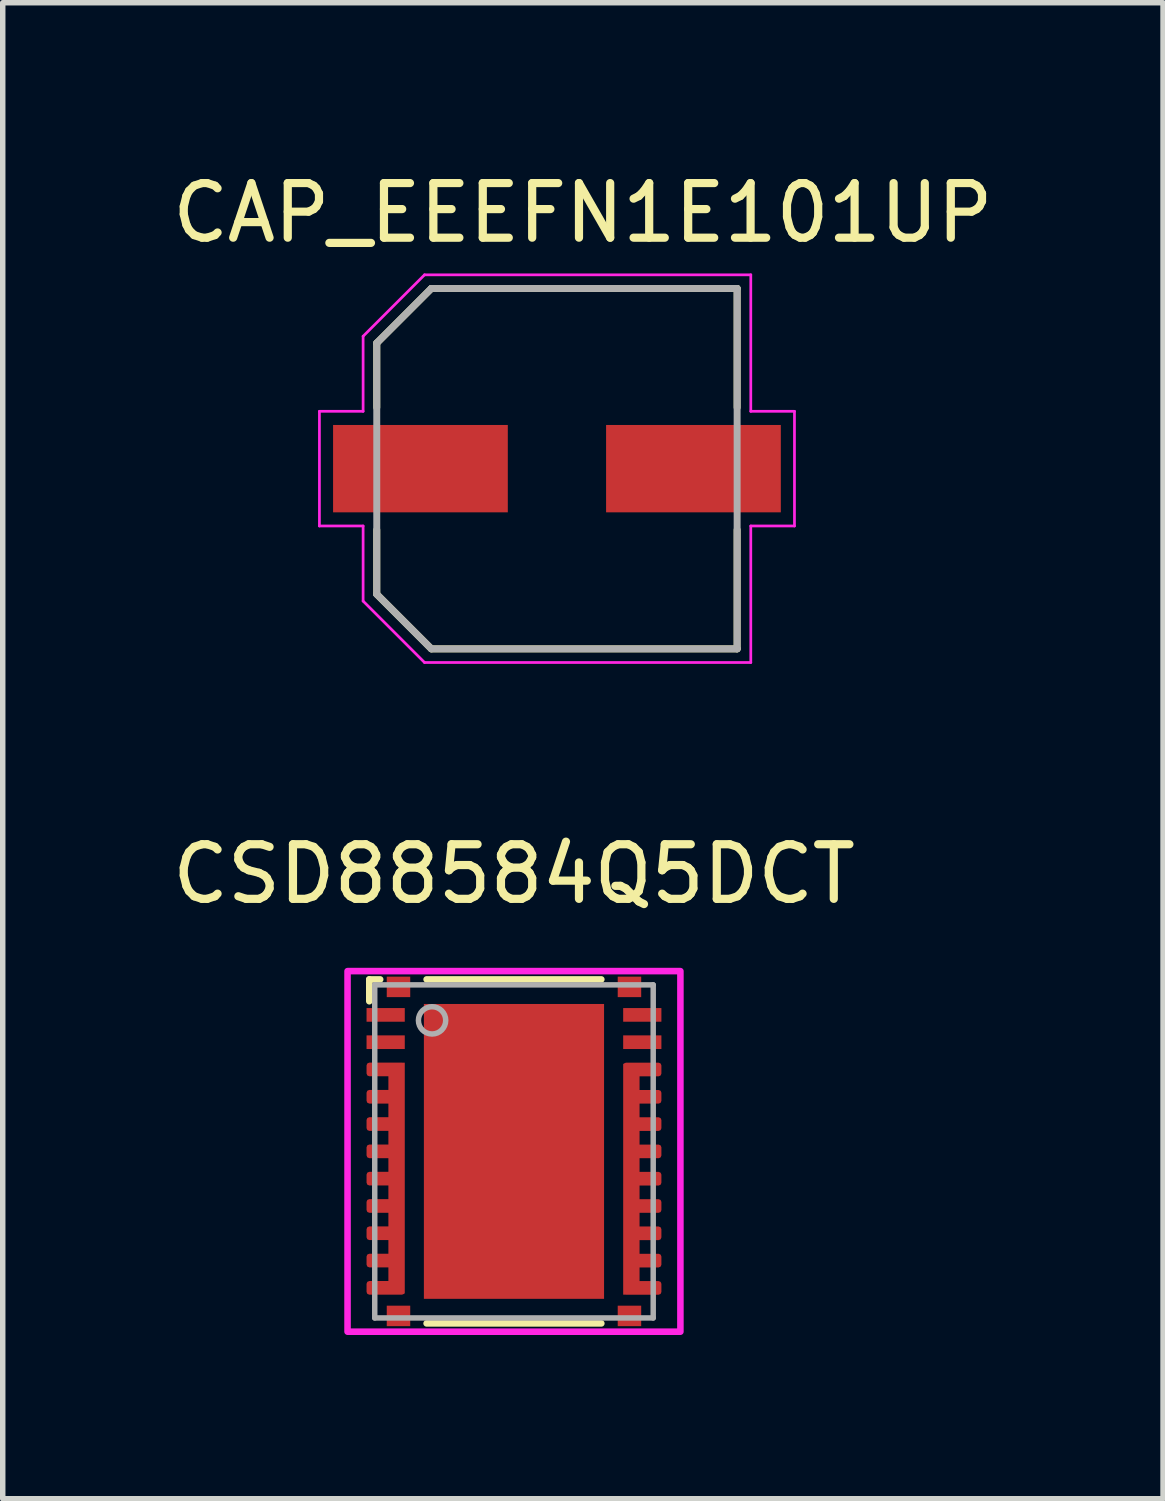
<source format=kicad_pcb>
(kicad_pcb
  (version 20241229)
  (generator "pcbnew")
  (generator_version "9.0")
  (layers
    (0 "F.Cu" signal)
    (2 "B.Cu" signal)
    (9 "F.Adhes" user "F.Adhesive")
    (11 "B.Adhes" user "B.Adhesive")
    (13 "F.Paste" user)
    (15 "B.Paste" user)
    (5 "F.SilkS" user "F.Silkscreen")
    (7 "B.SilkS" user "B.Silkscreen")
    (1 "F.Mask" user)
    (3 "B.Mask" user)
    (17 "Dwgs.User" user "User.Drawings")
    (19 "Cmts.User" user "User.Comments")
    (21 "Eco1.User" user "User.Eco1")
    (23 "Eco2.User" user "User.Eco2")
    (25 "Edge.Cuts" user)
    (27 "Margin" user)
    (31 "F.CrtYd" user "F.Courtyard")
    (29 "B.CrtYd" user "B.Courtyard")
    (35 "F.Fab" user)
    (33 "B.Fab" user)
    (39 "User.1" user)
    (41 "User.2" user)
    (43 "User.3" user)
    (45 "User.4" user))
  (footprint "CAP_EEEFN1E101UP"
    (layer "F.Cu")
    (at 7.15 5.533)
    (property "Reference" "CAP_EEEFN1E101UP" (at 0.475 -4.685 0) (layer "F.SilkS") (effects (font (size 1 1) (thickness 0.15))))
    (attr through_hole)
    (fp_line (start -3.3 -2.3) (end -3.3 -1.12) (stroke (width 0.127) (type solid)) (layer "F.SilkS"))
    (fp_line (start -3.3 1.12) (end -3.3 2.3) (stroke (width 0.127) (type solid)) (layer "F.SilkS"))
    (fp_line (start -3.3 2.3) (end -2.3 3.3) (stroke (width 0.127) (type solid)) (layer "F.SilkS"))
    (fp_line (start -2.3 -3.3) (end -3.3 -2.3) (stroke (width 0.127) (type solid)) (layer "F.SilkS"))
    (fp_line (start -2.3 3.3) (end 3.3 3.3) (stroke (width 0.127) (type solid)) (layer "F.SilkS"))
    (fp_line (start 3.3 -3.3) (end -2.3 -3.3) (stroke (width 0.127) (type solid)) (layer "F.SilkS"))
    (fp_line (start 3.3 -1.12) (end 3.3 -3.3) (stroke (width 0.127) (type solid)) (layer "F.SilkS"))
    (fp_line (start 3.3 3.3) (end 3.3 1.12) (stroke (width 0.127) (type solid)) (layer "F.SilkS"))
    (fp_line (start -4.35 -1.05) (end -3.55 -1.05) (stroke (width 0.05) (type solid)) (layer "F.CrtYd"))
    (fp_line (start -4.35 1.05) (end -4.35 -1.05) (stroke (width 0.05) (type solid)) (layer "F.CrtYd"))
    (fp_line (start -3.55 -2.425) (end -2.425 -3.55) (stroke (width 0.05) (type solid)) (layer "F.CrtYd"))
    (fp_line (start -3.55 -1.05) (end -3.55 -2.425) (stroke (width 0.05) (type solid)) (layer "F.CrtYd"))
    (fp_line (start -3.55 1.05) (end -4.35 1.05) (stroke (width 0.05) (type solid)) (layer "F.CrtYd"))
    (fp_line (start -3.55 2.425) (end -3.55 1.05) (stroke (width 0.05) (type solid)) (layer "F.CrtYd"))
    (fp_line (start -2.425 -3.55) (end 3.55 -3.55) (stroke (width 0.05) (type solid)) (layer "F.CrtYd"))
    (fp_line (start -2.425 3.55) (end -3.55 2.425) (stroke (width 0.05) (type solid)) (layer "F.CrtYd"))
    (fp_line (start 3.55 -3.55) (end 3.55 -1.05) (stroke (width 0.05) (type solid)) (layer "F.CrtYd"))
    (fp_line (start 3.55 -1.05) (end 4.35 -1.05) (stroke (width 0.05) (type solid)) (layer "F.CrtYd"))
    (fp_line (start 3.55 1.05) (end 3.55 3.55) (stroke (width 0.05) (type solid)) (layer "F.CrtYd"))
    (fp_line (start 3.55 3.55) (end -2.425 3.55) (stroke (width 0.05) (type solid)) (layer "F.CrtYd"))
    (fp_line (start 4.35 -1.05) (end 4.35 1.05) (stroke (width 0.05) (type solid)) (layer "F.CrtYd"))
    (fp_line (start 4.35 1.05) (end 3.55 1.05) (stroke (width 0.05) (type solid)) (layer "F.CrtYd"))
    (fp_line (start -3.3 -2.3) (end -3.3 2.3) (stroke (width 0.127) (type solid)) (layer "F.Fab"))
    (fp_line (start -3.3 2.3) (end -2.3 3.3) (stroke (width 0.127) (type solid)) (layer "F.Fab"))
    (fp_line (start -2.3 -3.3) (end -3.3 -2.3) (stroke (width 0.127) (type solid)) (layer "F.Fab"))
    (fp_line (start -2.3 3.3) (end 3.3 3.3) (stroke (width 0.127) (type solid)) (layer "F.Fab"))
    (fp_line (start 3.3 -3.3) (end -2.3 -3.3) (stroke (width 0.127) (type solid)) (layer "F.Fab"))
    (fp_line (start 3.3 3.3) (end 3.3 -3.3) (stroke (width 0.127) (type solid)) (layer "F.Fab"))
    (pad "1" smd rect (at -2.5 0) (size 3.2 1.6) (layers "F.Cu" "F.Mask" "F.Paste"))
    (pad "2" smd rect (at 2.5 0) (size 3.2 1.6) (layers "F.Cu" "F.Mask" "F.Paste")))
  (footprint "CSD88584Q5DCT"
    (layer "F.Cu")
    (at 6.363 18.037)
    (property "Reference" "CSD88584Q5DCT" (at 0 -5.08 0) (layer "F.SilkS") (effects (font (size 1 1) (thickness 0.15))))
    (attr through_hole)
    (fp_line (start -2.65 -3.15) (end -2.45 -3.15) (stroke (width 0.12) (type solid)) (layer "F.SilkS"))
    (fp_line (start -2.65 -2.75) (end -2.65 -3.15) (stroke (width 0.12) (type solid)) (layer "F.SilkS"))
    (fp_line (start -1.6 -3.15) (end 1.6 -3.15) (stroke (width 0.12) (type solid)) (layer "F.SilkS"))
    (fp_line (start -1.6 3.15) (end 1.6 3.15) (stroke (width 0.12) (type solid)) (layer "F.SilkS"))
    (fp_poly (pts (xy -1.51 -1.47) (xy -1.51 -2.49) (xy -1.509 -2.499) (xy -1.506 -2.509) (xy -1.502 -2.518) (xy -1.495 -2.525) (xy -1.488 -2.532) (xy -1.479 -2.536) (xy -1.469 -2.539) (xy -1.46 -2.54) (xy -0.15 -2.54) (xy -0.141 -2.539) (xy -0.131 -2.536) (xy -0.122 -2.532) (xy -0.115 -2.525) (xy -0.108 -2.518) (xy -0.104 -2.509) (xy -0.101 -2.499) (xy -0.1 -2.49) (xy -0.1 -1.47) (xy -0.101 -1.461) (xy -0.104 -1.451) (xy -0.108 -1.442) (xy -0.115 -1.435) (xy -0.122 -1.428) (xy -0.131 -1.424) (xy -0.141 -1.421) (xy -0.15 -1.42) (xy -1.46 -1.42) (xy -1.469 -1.421) (xy -1.479 -1.424) (xy -1.488 -1.428) (xy -1.495 -1.435) (xy -1.502 -1.442) (xy -1.506 -1.451) (xy -1.509 -1.461)) (stroke (width 0.1) (type solid)) (fill yes) (layer "F.Paste"))
    (fp_poly (pts (xy -1.51 -0.15) (xy -1.51 -1.17) (xy -1.509 -1.179) (xy -1.506 -1.189) (xy -1.502 -1.198) (xy -1.495 -1.205) (xy -1.488 -1.212) (xy -1.479 -1.216) (xy -1.469 -1.219) (xy -1.46 -1.22) (xy -0.15 -1.22) (xy -0.141 -1.219) (xy -0.131 -1.216) (xy -0.122 -1.212) (xy -0.115 -1.205) (xy -0.108 -1.198) (xy -0.104 -1.189) (xy -0.101 -1.179) (xy -0.1 -1.17) (xy -0.1 -0.15) (xy -0.101 -0.141) (xy -0.104 -0.131) (xy -0.108 -0.122) (xy -0.115 -0.115) (xy -0.122 -0.108) (xy -0.131 -0.104) (xy -0.141 -0.101) (xy -0.15 -0.1) (xy -1.46 -0.1) (xy -1.469 -0.101) (xy -1.479 -0.104) (xy -1.488 -0.108) (xy -1.495 -0.115) (xy -1.502 -0.122) (xy -1.506 -0.131) (xy -1.509 -0.141)) (stroke (width 0.1) (type solid)) (fill yes) (layer "F.Paste"))
    (fp_poly (pts (xy -1.51 1.17) (xy -1.51 0.15) (xy -1.509 0.141) (xy -1.506 0.131) (xy -1.502 0.122) (xy -1.495 0.115) (xy -1.488 0.108) (xy -1.479 0.104) (xy -1.469 0.101) (xy -1.46 0.1) (xy -0.15 0.1) (xy -0.141 0.101) (xy -0.131 0.104) (xy -0.122 0.108) (xy -0.115 0.115) (xy -0.108 0.122) (xy -0.104 0.131) (xy -0.101 0.141) (xy -0.1 0.15) (xy -0.1 1.17) (xy -0.101 1.179) (xy -0.104 1.189) (xy -0.108 1.198) (xy -0.115 1.205) (xy -0.122 1.212) (xy -0.131 1.216) (xy -0.141 1.219) (xy -0.15 1.22) (xy -1.46 1.22) (xy -1.469 1.219) (xy -1.479 1.216) (xy -1.488 1.212) (xy -1.495 1.205) (xy -1.502 1.198) (xy -1.506 1.189) (xy -1.509 1.179)) (stroke (width 0.1) (type solid)) (fill yes) (layer "F.Paste"))
    (fp_poly (pts (xy -1.51 2.49) (xy -1.51 1.47) (xy -1.509 1.461) (xy -1.506 1.451) (xy -1.502 1.442) (xy -1.495 1.435) (xy -1.488 1.428) (xy -1.479 1.424) (xy -1.469 1.421) (xy -1.46 1.42) (xy -0.15 1.42) (xy -0.141 1.421) (xy -0.131 1.424) (xy -0.122 1.428) (xy -0.115 1.435) (xy -0.108 1.442) (xy -0.104 1.451) (xy -0.101 1.461) (xy -0.1 1.47) (xy -0.1 2.49) (xy -0.101 2.499) (xy -0.104 2.509) (xy -0.108 2.518) (xy -0.115 2.525) (xy -0.122 2.532) (xy -0.131 2.536) (xy -0.141 2.539) (xy -0.15 2.54) (xy -1.46 2.54) (xy -1.469 2.539) (xy -1.479 2.536) (xy -1.488 2.532) (xy -1.495 2.525) (xy -1.502 2.518) (xy -1.506 2.509) (xy -1.509 2.499)) (stroke (width 0.1) (type solid)) (fill yes) (layer "F.Paste"))
    (fp_poly (pts (xy 0.1 -1.47) (xy 0.1 -2.49) (xy 0.101 -2.499) (xy 0.104 -2.509) (xy 0.108 -2.518) (xy 0.115 -2.525) (xy 0.122 -2.532) (xy 0.131 -2.536) (xy 0.141 -2.539) (xy 0.15 -2.54) (xy 1.46 -2.54) (xy 1.469 -2.539) (xy 1.479 -2.536) (xy 1.488 -2.532) (xy 1.495 -2.525) (xy 1.502 -2.518) (xy 1.506 -2.509) (xy 1.509 -2.499) (xy 1.51 -2.49) (xy 1.51 -1.47) (xy 1.509 -1.461) (xy 1.506 -1.451) (xy 1.502 -1.442) (xy 1.495 -1.435) (xy 1.488 -1.428) (xy 1.479 -1.424) (xy 1.469 -1.421) (xy 1.46 -1.42) (xy 0.15 -1.42) (xy 0.141 -1.421) (xy 0.131 -1.424) (xy 0.122 -1.428) (xy 0.115 -1.435) (xy 0.108 -1.442) (xy 0.104 -1.451) (xy 0.101 -1.461)) (stroke (width 0.1) (type solid)) (fill yes) (layer "F.Paste"))
    (fp_poly (pts (xy 0.1 2.49) (xy 0.1 1.47) (xy 0.101 1.461) (xy 0.104 1.451) (xy 0.108 1.442) (xy 0.115 1.435) (xy 0.122 1.428) (xy 0.131 1.424) (xy 0.141 1.421) (xy 0.15 1.42) (xy 1.46 1.42) (xy 1.469 1.421) (xy 1.479 1.424) (xy 1.488 1.428) (xy 1.495 1.435) (xy 1.502 1.442) (xy 1.506 1.451) (xy 1.509 1.461) (xy 1.51 1.47) (xy 1.51 2.49) (xy 1.509 2.499) (xy 1.506 2.509) (xy 1.502 2.518) (xy 1.495 2.525) (xy 1.488 2.532) (xy 1.479 2.536) (xy 1.469 2.539) (xy 1.46 2.54) (xy 0.15 2.54) (xy 0.141 2.539) (xy 0.131 2.536) (xy 0.122 2.532) (xy 0.115 2.525) (xy 0.108 2.518) (xy 0.104 2.509) (xy 0.101 2.499)) (stroke (width 0.1) (type solid)) (fill yes) (layer "F.Paste"))
    (fp_poly (pts (xy 1.51 -1.17) (xy 1.51 -0.15) (xy 1.509 -0.141) (xy 1.506 -0.131) (xy 1.502 -0.122) (xy 1.495 -0.115) (xy 1.488 -0.108) (xy 1.479 -0.104) (xy 1.469 -0.101) (xy 1.46 -0.1) (xy 0.15 -0.1) (xy 0.141 -0.101) (xy 0.131 -0.104) (xy 0.122 -0.108) (xy 0.115 -0.115) (xy 0.108 -0.122) (xy 0.104 -0.131) (xy 0.101 -0.141) (xy 0.1 -0.15) (xy 0.1 -1.17) (xy 0.101 -1.179) (xy 0.104 -1.189) (xy 0.108 -1.198) (xy 0.115 -1.205) (xy 0.122 -1.212) (xy 0.131 -1.216) (xy 0.141 -1.219) (xy 0.15 -1.22) (xy 1.46 -1.22) (xy 1.469 -1.219) (xy 1.479 -1.216) (xy 1.488 -1.212) (xy 1.495 -1.205) (xy 1.502 -1.198) (xy 1.506 -1.189) (xy 1.509 -1.179)) (stroke (width 0.1) (type solid)) (fill yes) (layer "F.Paste"))
    (fp_poly (pts (xy 1.51 0.15) (xy 1.51 1.17) (xy 1.509 1.179) (xy 1.506 1.189) (xy 1.502 1.198) (xy 1.495 1.205) (xy 1.488 1.212) (xy 1.479 1.216) (xy 1.469 1.219) (xy 1.46 1.22) (xy 0.15 1.22) (xy 0.141 1.219) (xy 0.131 1.216) (xy 0.122 1.212) (xy 0.115 1.205) (xy 0.108 1.198) (xy 0.104 1.189) (xy 0.101 1.179) (xy 0.1 1.17) (xy 0.1 0.15) (xy 0.101 0.141) (xy 0.104 0.131) (xy 0.108 0.122) (xy 0.115 0.115) (xy 0.122 0.108) (xy 0.131 0.104) (xy 0.141 0.101) (xy 0.15 0.1) (xy 1.46 0.1) (xy 1.469 0.101) (xy 1.479 0.104) (xy 1.488 0.108) (xy 1.495 0.115) (xy 1.502 0.122) (xy 1.506 0.131) (xy 1.509 0.141)) (stroke (width 0.1) (type solid)) (fill yes) (layer "F.Paste"))
    (fp_rect (start -3.048 -3.302) (end 3.048 3.302) (stroke (width 0.12) (type solid)) (fill no) (layer "F.CrtYd"))
    (fp_line (start -2.55 -3.05) (end 2.55 -3.05) (stroke (width 0.1) (type solid)) (layer "F.Fab"))
    (fp_line (start -2.55 3.05) (end -2.55 -3.05) (stroke (width 0.1) (type solid)) (layer "F.Fab"))
    (fp_line (start -2.55 3.05) (end 2.55 3.05) (stroke (width 0.1) (type solid)) (layer "F.Fab"))
    (fp_line (start 2.55 3.05) (end 2.55 -3.05) (stroke (width 0.1) (type solid)) (layer "F.Fab"))
    (fp_circle (center -1.5 -2.4) (end -1.25 -2.4) (stroke (width 0.1) (type solid)) (fill no) (layer "F.Fab"))
    (pad "1" smd rect (at -2.35 -2.5) (size 0.7 0.25) (layers "F.Cu" "F.Mask" "F.Paste"))
    (pad "2" smd rect (at -2.35 -2) (size 0.7 0.25) (layers "F.Cu" "F.Mask" "F.Paste"))
    (pad "3" smd custom (at -2.15 0.489 180) (size 0.3 4.228) (layers "F.Cu" "F.Mask" "F.Paste") (options (anchor rect)) (primitives (gr_poly (pts (xy -0.1 -2.085) (xy 0.5 -2.085) (xy 0.5 -1.935) (xy -0.1 -1.935)) (width 0.1) (fill yes)) (gr_poly (pts (xy -0.1 -1.585) (xy 0.5 -1.585) (xy 0.5 -1.435) (xy -0.1 -1.435)) (width 0.1) (fill yes)) (gr_poly (pts (xy -0.1 -1.085) (xy 0.5 -1.085) (xy 0.5 -0.935) (xy -0.1 -0.935)) (width 0.1) (fill yes)) (gr_poly (pts (xy -0.1 -0.585) (xy 0.5 -0.585) (xy 0.5 -0.435) (xy -0.1 -0.435)) (width 0.1) (fill yes)) (gr_poly (pts (xy -0.1 -0.085) (xy 0.5 -0.085) (xy 0.5 0.065) (xy -0.1 0.065)) (width 0.1) (fill yes)) (gr_poly (pts (xy -0.1 0.415) (xy 0.5 0.415) (xy 0.5 0.565) (xy -0.1 0.565)) (width 0.1) (fill yes)) (gr_poly (pts (xy -0.1 0.915) (xy 0.5 0.915) (xy 0.5 1.065) (xy -0.1 1.065)) (width 0.1) (fill yes)) (gr_poly (pts (xy -0.1 1.415) (xy 0.5 1.415) (xy 0.5 1.565) (xy -0.1 1.565)) (width 0.1) (fill yes)) (gr_poly (pts (xy -0.1 1.915) (xy 0.5 1.915) (xy 0.5 2.065) (xy -0.1 2.065)) (width 0.1) (fill yes))))
    (pad "12" smd custom (at 2.15 0.51) (size 0.3 4.228) (layers "F.Cu" "F.Mask" "F.Paste") (options (anchor rect)) (primitives (gr_poly (pts (xy -0.1 -2.085) (xy 0.5 -2.085) (xy 0.5 -1.935) (xy -0.1 -1.935)) (width 0.1) (fill yes)) (gr_poly (pts (xy -0.1 -1.585) (xy 0.5 -1.585) (xy 0.5 -1.435) (xy -0.1 -1.435)) (width 0.1) (fill yes)) (gr_poly (pts (xy -0.1 -1.085) (xy 0.5 -1.085) (xy 0.5 -0.935) (xy -0.1 -0.935)) (width 0.1) (fill yes)) (gr_poly (pts (xy -0.1 -0.585) (xy 0.5 -0.585) (xy 0.5 -0.435) (xy -0.1 -0.435)) (width 0.1) (fill yes)) (gr_poly (pts (xy -0.1 -0.085) (xy 0.5 -0.085) (xy 0.5 0.065) (xy -0.1 0.065)) (width 0.1) (fill yes)) (gr_poly (pts (xy -0.1 0.415) (xy 0.5 0.415) (xy 0.5 0.565) (xy -0.1 0.565)) (width 0.1) (fill yes)) (gr_poly (pts (xy -0.1 0.915) (xy 0.5 0.915) (xy 0.5 1.065) (xy -0.1 1.065)) (width 0.1) (fill yes)) (gr_poly (pts (xy -0.1 1.415) (xy 0.5 1.415) (xy 0.5 1.565) (xy -0.1 1.565)) (width 0.1) (fill yes)) (gr_poly (pts (xy -0.1 1.915) (xy 0.5 1.915) (xy 0.5 2.065) (xy -0.1 2.065)) (width 0.1) (fill yes))))
    (pad "21" smd rect (at 2.35 -2) (size 0.7 0.25) (layers "F.Cu" "F.Mask" "F.Paste"))
    (pad "22" smd rect (at 2.35 -2.5) (size 0.7 0.25) (layers "F.Cu" "F.Mask" "F.Paste"))
    (pad "23" smd rect (at -2.115 -3.013) (size 0.43 0.375) (layers "F.Cu" "F.Mask" "F.Paste"))
    (pad "24" smd rect (at -2.115 3.013) (size 0.43 0.375) (layers "F.Cu" "F.Mask" "F.Paste"))
    (pad "25" smd rect (at 2.115 3.013) (size 0.43 0.375) (layers "F.Cu" "F.Mask" "F.Paste"))
    (pad "26" smd rect (at 2.115 -3.013) (size 0.43 0.375) (layers "F.Cu" "F.Mask" "F.Paste"))
    (pad "27" smd rect (at 0 0) (size 3.3 5.4) (layers "F.Cu" "F.Mask")))
  (gr_rect
    (start -3 -3)
    (end 18.25 24.398)
    (stroke (width 0.1) (type default))
    (fill no)
    (layer "Edge.Cuts")))
</source>
